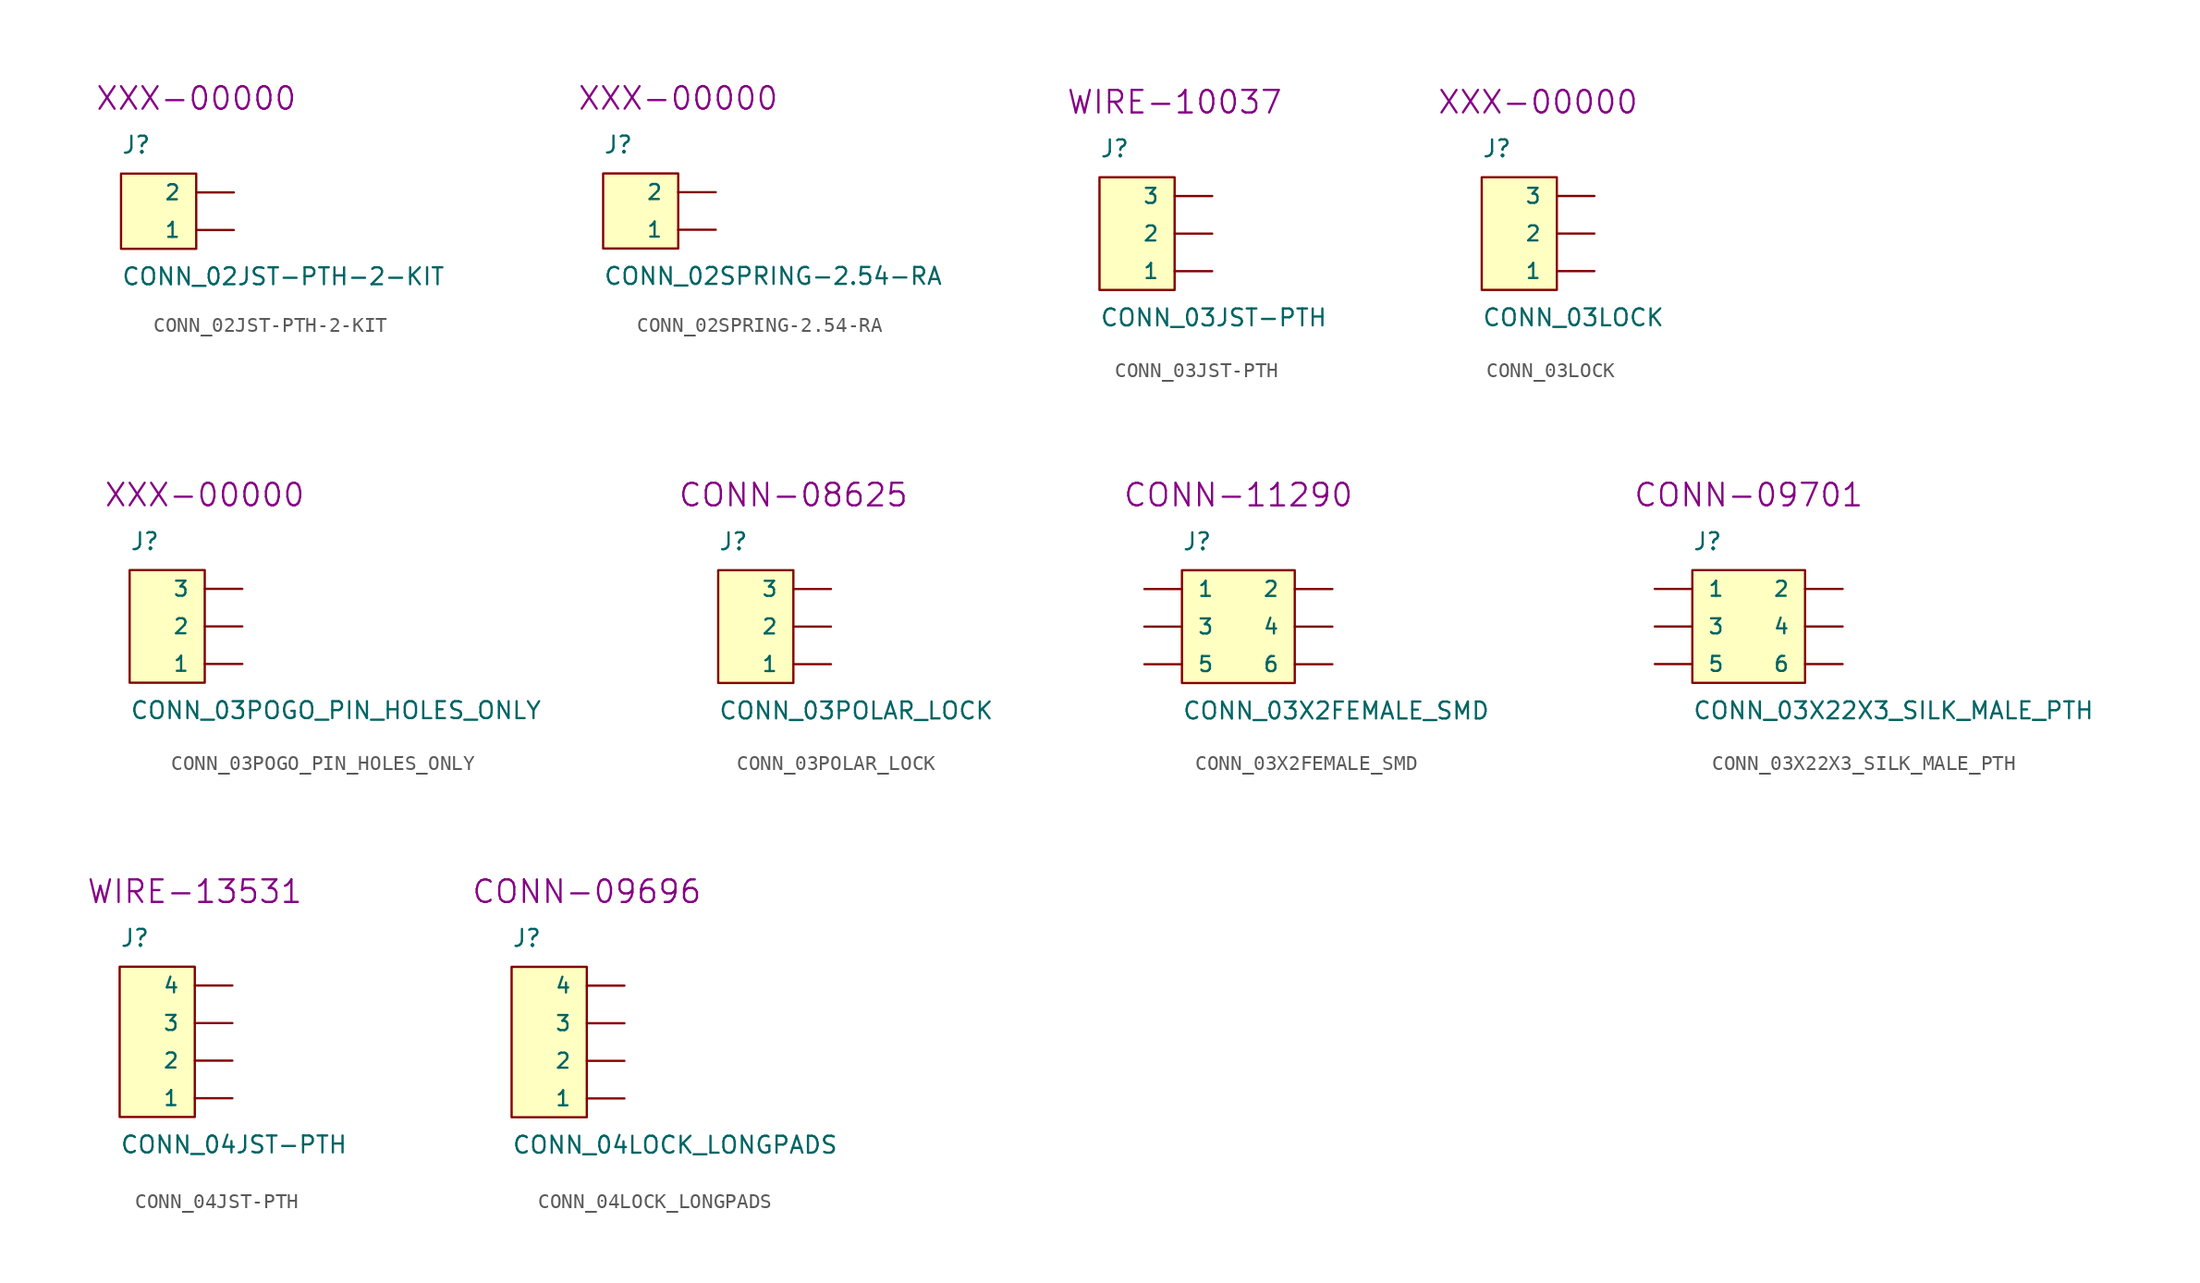
<source format=kicad_sym>
(kicad_symbol_lib
  (version 20201005)
  (generator kicad_symbol_editor)
  (symbol "CONN_02JST-PTH-2-KIT"
    (pin_numbers hide)
    (pin_names
      (offset 1.016))
    (property "Reference" "J"
      (at -5.08 5.08 0)
      (effects (font (size 1.143 1.143)) (justify left bottom)))
    (property "Value" "CONN_02JST-PTH-2-KIT"
      (at -5.08 -3.81 0)
      (effects (font (size 1.143 1.143)) (justify left bottom)))
    (property "Field4" "XXX-00000"
      (at 0 8.89 0)
      (effects (font (size 1.524 1.524))))
    (property "ki_locked" ""
      (at 0 0 0)
      (effects (font (size 1.27 1.27))))
    (symbol "CONN_02JST-PTH-2-KIT_1_0"
      (rectangle (start 0 -1.27) (end -5.08 3.81) (stroke (width 0)) (fill (type background))))
    (symbol "CONN_02JST-PTH-2-KIT_1_1"
      (pin passive line (at 2.54 0 180) (length 2.54) (name "1" (effects (font (size 1.016 1.016)))) (number "1" (effects (font (size 1.016 1.016)))))
      (pin passive line (at 2.54 2.54 180) (length 2.54) (name "2" (effects (font (size 1.016 1.016)))) (number "2" (effects (font (size 1.016 1.016)))))))
  (symbol "CONN_02SPRING-2.54-RA"
    (pin_numbers hide)
    (pin_names
      (offset 1.016))
    (property "Reference" "J"
      (at -5.08 5.08 0)
      (effects (font (size 1.143 1.143)) (justify left bottom)))
    (property "Value" "CONN_02SPRING-2.54-RA"
      (at -5.08 -3.81 0)
      (effects (font (size 1.143 1.143)) (justify left bottom)))
    (property "Field4" "XXX-00000"
      (at 0 8.89 0)
      (effects (font (size 1.524 1.524))))
    (property "ki_locked" ""
      (at 0 0 0)
      (effects (font (size 1.27 1.27))))
    (symbol "CONN_02SPRING-2.54-RA_1_0"
      (rectangle (start 0 -1.27) (end -5.08 3.81) (stroke (width 0)) (fill (type background))))
    (symbol "CONN_02SPRING-2.54-RA_1_1"
      (pin passive line (at 2.54 0 180) (length 2.54) (name "1" (effects (font (size 1.016 1.016)))) (number "1" (effects (font (size 1.016 1.016)))))
      (pin passive line (at 2.54 2.54 180) (length 2.54) (name "2" (effects (font (size 1.016 1.016)))) (number "2" (effects (font (size 1.016 1.016)))))))
  (symbol "CONN_03JST-PTH"
    (pin_numbers hide)
    (pin_names
      (offset 1.016))
    (property "Reference" "J"
      (at -5.08 7.62 0)
      (effects (font (size 1.143 1.143)) (justify left bottom)))
    (property "Value" "CONN_03JST-PTH"
      (at -5.08 -3.81 0)
      (effects (font (size 1.143 1.143)) (justify left bottom)))
    (property "Field4" "WIRE-10037"
      (at 0 11.43 0)
      (effects (font (size 1.524 1.524))))
    (property "ki_locked" ""
      (at 0 0 0)
      (effects (font (size 1.27 1.27))))
    (symbol "CONN_03JST-PTH_0_1"
      (rectangle (start 0 -1.27) (end -5.08 6.35) (stroke (width 0)) (fill (type background))))
    (symbol "CONN_03JST-PTH_1_1"
      (pin passive line (at 2.54 0 180) (length 2.54) (name "1" (effects (font (size 1.016 1.016)))) (number "1" (effects (font (size 1.016 1.016)))))
      (pin passive line (at 2.54 2.54 180) (length 2.54) (name "2" (effects (font (size 1.016 1.016)))) (number "2" (effects (font (size 1.016 1.016)))))
      (pin passive line (at 2.54 5.08 180) (length 2.54) (name "3" (effects (font (size 1.016 1.016)))) (number "3" (effects (font (size 1.016 1.016)))))))
  (symbol "CONN_03LOCK"
    (pin_numbers hide)
    (pin_names
      (offset 1.016))
    (property "Reference" "J"
      (at -3.81 7.62 0)
      (effects (font (size 1.143 1.143)) (justify left bottom)))
    (property "Value" "CONN_03LOCK"
      (at -3.81 -3.81 0)
      (effects (font (size 1.143 1.143)) (justify left bottom)))
    (property "Field4" "XXX-00000"
      (at 0 11.43 0)
      (effects (font (size 1.524 1.524))))
    (property "ki_locked" ""
      (at 0 0 0)
      (effects (font (size 1.27 1.27))))
    (symbol "CONN_03LOCK_0_1"
      (rectangle (start 1.27 -1.27) (end -3.81 6.35) (stroke (width 0)) (fill (type background))))
    (symbol "CONN_03LOCK_1_1"
      (pin passive line (at 3.81 0 180) (length 2.54) (name "1" (effects (font (size 1.016 1.016)))) (number "1" (effects (font (size 1.016 1.016)))))
      (pin passive line (at 3.81 2.54 180) (length 2.54) (name "2" (effects (font (size 1.016 1.016)))) (number "2" (effects (font (size 1.016 1.016)))))
      (pin passive line (at 3.81 5.08 180) (length 2.54) (name "3" (effects (font (size 1.016 1.016)))) (number "3" (effects (font (size 1.016 1.016)))))))
  (symbol "CONN_03POGO_PIN_HOLES_ONLY"
    (pin_numbers hide)
    (pin_names
      (offset 1.016))
    (property "Reference" "J"
      (at -5.08 7.62 0)
      (effects (font (size 1.143 1.143)) (justify left bottom)))
    (property "Value" "CONN_03POGO_PIN_HOLES_ONLY"
      (at -5.08 -3.81 0)
      (effects (font (size 1.143 1.143)) (justify left bottom)))
    (property "Field4" "XXX-00000"
      (at 0 11.43 0)
      (effects (font (size 1.524 1.524))))
    (property "ki_locked" ""
      (at 0 0 0)
      (effects (font (size 1.27 1.27))))
    (symbol "CONN_03POGO_PIN_HOLES_ONLY_0_1"
      (rectangle (start 0 -1.27) (end -5.08 6.35) (stroke (width 0)) (fill (type background))))
    (symbol "CONN_03POGO_PIN_HOLES_ONLY_1_1"
      (pin passive line (at 2.54 0 180) (length 2.54) (name "1" (effects (font (size 1.016 1.016)))) (number "1" (effects (font (size 1.016 1.016)))))
      (pin passive line (at 2.54 2.54 180) (length 2.54) (name "2" (effects (font (size 1.016 1.016)))) (number "2" (effects (font (size 1.016 1.016)))))
      (pin passive line (at 2.54 5.08 180) (length 2.54) (name "3" (effects (font (size 1.016 1.016)))) (number "3" (effects (font (size 1.016 1.016)))))))
  (symbol "CONN_03POLAR_LOCK"
    (pin_numbers hide)
    (pin_names
      (offset 1.016))
    (property "Reference" "J"
      (at -5.08 7.62 0)
      (effects (font (size 1.143 1.143)) (justify left bottom)))
    (property "Value" "CONN_03POLAR_LOCK"
      (at -5.08 -3.81 0)
      (effects (font (size 1.143 1.143)) (justify left bottom)))
    (property "Field4" "CONN-08625"
      (at 0 11.43 0)
      (effects (font (size 1.524 1.524))))
    (property "ki_locked" ""
      (at 0 0 0)
      (effects (font (size 1.27 1.27))))
    (symbol "CONN_03POLAR_LOCK_0_1"
      (rectangle (start 0 -1.27) (end -5.08 6.35) (stroke (width 0)) (fill (type background))))
    (symbol "CONN_03POLAR_LOCK_1_1"
      (pin passive line (at 2.54 0 180) (length 2.54) (name "1" (effects (font (size 1.016 1.016)))) (number "1" (effects (font (size 1.016 1.016)))))
      (pin passive line (at 2.54 2.54 180) (length 2.54) (name "2" (effects (font (size 1.016 1.016)))) (number "2" (effects (font (size 1.016 1.016)))))
      (pin passive line (at 2.54 5.08 180) (length 2.54) (name "3" (effects (font (size 1.016 1.016)))) (number "3" (effects (font (size 1.016 1.016)))))))
  (symbol "CONN_03X2FEMALE_SMD"
    (pin_numbers hide)
    (pin_names
      (offset 1.016))
    (property "Reference" "J"
      (at -3.81 5.08 0)
      (effects (font (size 1.143 1.143)) (justify left bottom)))
    (property "Value" "CONN_03X2FEMALE_SMD"
      (at -3.81 -6.35 0)
      (effects (font (size 1.143 1.143)) (justify left bottom)))
    (property "Field4" "CONN-11290"
      (at 0 8.89 0)
      (effects (font (size 1.524 1.524))))
    (property "ki_locked" ""
      (at 0 0 0)
      (effects (font (size 1.27 1.27))))
    (symbol "CONN_03X2FEMALE_SMD_0_1"
      (rectangle (start 3.81 -3.81) (end -3.81 3.81) (stroke (width 0)) (fill (type background))))
    (symbol "CONN_03X2FEMALE_SMD_1_1"
      (pin bidirectional line (at -6.35 2.54 0) (length 2.54) (name "1" (effects (font (size 1.016 1.016)))) (number "1" (effects (font (size 1.016 1.016)))))
      (pin bidirectional line (at 6.35 2.54 180) (length 2.54) (name "2" (effects (font (size 1.016 1.016)))) (number "2" (effects (font (size 1.016 1.016)))))
      (pin bidirectional line (at -6.35 0 0) (length 2.54) (name "3" (effects (font (size 1.016 1.016)))) (number "3" (effects (font (size 1.016 1.016)))))
      (pin bidirectional line (at 6.35 0 180) (length 2.54) (name "4" (effects (font (size 1.016 1.016)))) (number "4" (effects (font (size 1.016 1.016)))))
      (pin bidirectional line (at -6.35 -2.54 0) (length 2.54) (name "5" (effects (font (size 1.016 1.016)))) (number "5" (effects (font (size 1.016 1.016)))))
      (pin bidirectional line (at 6.35 -2.54 180) (length 2.54) (name "6" (effects (font (size 1.016 1.016)))) (number "6" (effects (font (size 1.016 1.016)))))))
  (symbol "CONN_03X22X3_SILK_MALE_PTH"
    (pin_numbers hide)
    (pin_names
      (offset 1.016))
    (property "Reference" "J"
      (at -3.81 5.08 0)
      (effects (font (size 1.143 1.143)) (justify left bottom)))
    (property "Value" "CONN_03X22X3_SILK_MALE_PTH"
      (at -3.81 -6.35 0)
      (effects (font (size 1.143 1.143)) (justify left bottom)))
    (property "Field4" "CONN-09701"
      (at 0 8.89 0)
      (effects (font (size 1.524 1.524))))
    (property "ki_locked" ""
      (at 0 0 0)
      (effects (font (size 1.27 1.27))))
    (symbol "CONN_03X22X3_SILK_MALE_PTH_0_1"
      (rectangle (start 3.81 -3.81) (end -3.81 3.81) (stroke (width 0)) (fill (type background))))
    (symbol "CONN_03X22X3_SILK_MALE_PTH_1_1"
      (pin bidirectional line (at -6.35 2.54 0) (length 2.54) (name "1" (effects (font (size 1.016 1.016)))) (number "1" (effects (font (size 1.016 1.016)))))
      (pin bidirectional line (at 6.35 2.54 180) (length 2.54) (name "2" (effects (font (size 1.016 1.016)))) (number "2" (effects (font (size 1.016 1.016)))))
      (pin bidirectional line (at -6.35 0 0) (length 2.54) (name "3" (effects (font (size 1.016 1.016)))) (number "3" (effects (font (size 1.016 1.016)))))
      (pin bidirectional line (at 6.35 0 180) (length 2.54) (name "4" (effects (font (size 1.016 1.016)))) (number "4" (effects (font (size 1.016 1.016)))))
      (pin bidirectional line (at -6.35 -2.54 0) (length 2.54) (name "5" (effects (font (size 1.016 1.016)))) (number "5" (effects (font (size 1.016 1.016)))))
      (pin bidirectional line (at 6.35 -2.54 180) (length 2.54) (name "6" (effects (font (size 1.016 1.016)))) (number "6" (effects (font (size 1.016 1.016)))))))
  (symbol "CONN_04JST-PTH"
    (pin_numbers hide)
    (pin_names
      (offset 1.016))
    (property "Reference" "J"
      (at -5.08 10.16 0)
      (effects (font (size 1.143 1.143)) (justify left bottom)))
    (property "Value" "CONN_04JST-PTH"
      (at -5.08 -3.81 0)
      (effects (font (size 1.143 1.143)) (justify left bottom)))
    (property "Field4" "WIRE-13531"
      (at 0 13.97 0)
      (effects (font (size 1.524 1.524))))
    (property "ki_locked" ""
      (at 0 0 0)
      (effects (font (size 1.27 1.27))))
    (symbol "CONN_04JST-PTH_0_1"
      (rectangle (start 0 -1.27) (end -5.08 8.89) (stroke (width 0)) (fill (type background))))
    (symbol "CONN_04JST-PTH_1_1"
      (pin passive line (at 2.54 0 180) (length 2.54) (name "1" (effects (font (size 1.016 1.016)))) (number "1" (effects (font (size 1.016 1.016)))))
      (pin passive line (at 2.54 2.54 180) (length 2.54) (name "2" (effects (font (size 1.016 1.016)))) (number "2" (effects (font (size 1.016 1.016)))))
      (pin passive line (at 2.54 5.08 180) (length 2.54) (name "3" (effects (font (size 1.016 1.016)))) (number "3" (effects (font (size 1.016 1.016)))))
      (pin passive line (at 2.54 7.62 180) (length 2.54) (name "4" (effects (font (size 1.016 1.016)))) (number "4" (effects (font (size 1.016 1.016)))))))
  (symbol "CONN_04LOCK_LONGPADS"
    (pin_numbers hide)
    (pin_names
      (offset 1.016))
    (property "Reference" "J"
      (at -5.08 10.16 0)
      (effects (font (size 1.143 1.143)) (justify left bottom)))
    (property "Value" "CONN_04LOCK_LONGPADS"
      (at -5.08 -3.81 0)
      (effects (font (size 1.143 1.143)) (justify left bottom)))
    (property "Field4" "CONN-09696"
      (at 0 13.97 0)
      (effects (font (size 1.524 1.524))))
    (property "ki_locked" ""
      (at 0 0 0)
      (effects (font (size 1.27 1.27))))
    (symbol "CONN_04LOCK_LONGPADS_0_1"
      (rectangle (start 0 -1.27) (end -5.08 8.89) (stroke (width 0)) (fill (type background))))
    (symbol "CONN_04LOCK_LONGPADS_1_1"
      (pin passive line (at 2.54 0 180) (length 2.54) (name "1" (effects (font (size 1.016 1.016)))) (number "1" (effects (font (size 1.016 1.016)))))
      (pin passive line (at 2.54 2.54 180) (length 2.54) (name "2" (effects (font (size 1.016 1.016)))) (number "2" (effects (font (size 1.016 1.016)))))
      (pin passive line (at 2.54 5.08 180) (length 2.54) (name "3" (effects (font (size 1.016 1.016)))) (number "3" (effects (font (size 1.016 1.016)))))
      (pin passive line (at 2.54 7.62 180) (length 2.54) (name "4" (effects (font (size 1.016 1.016)))) (number "4" (effects (font (size 1.016 1.016))))))))
</source>
